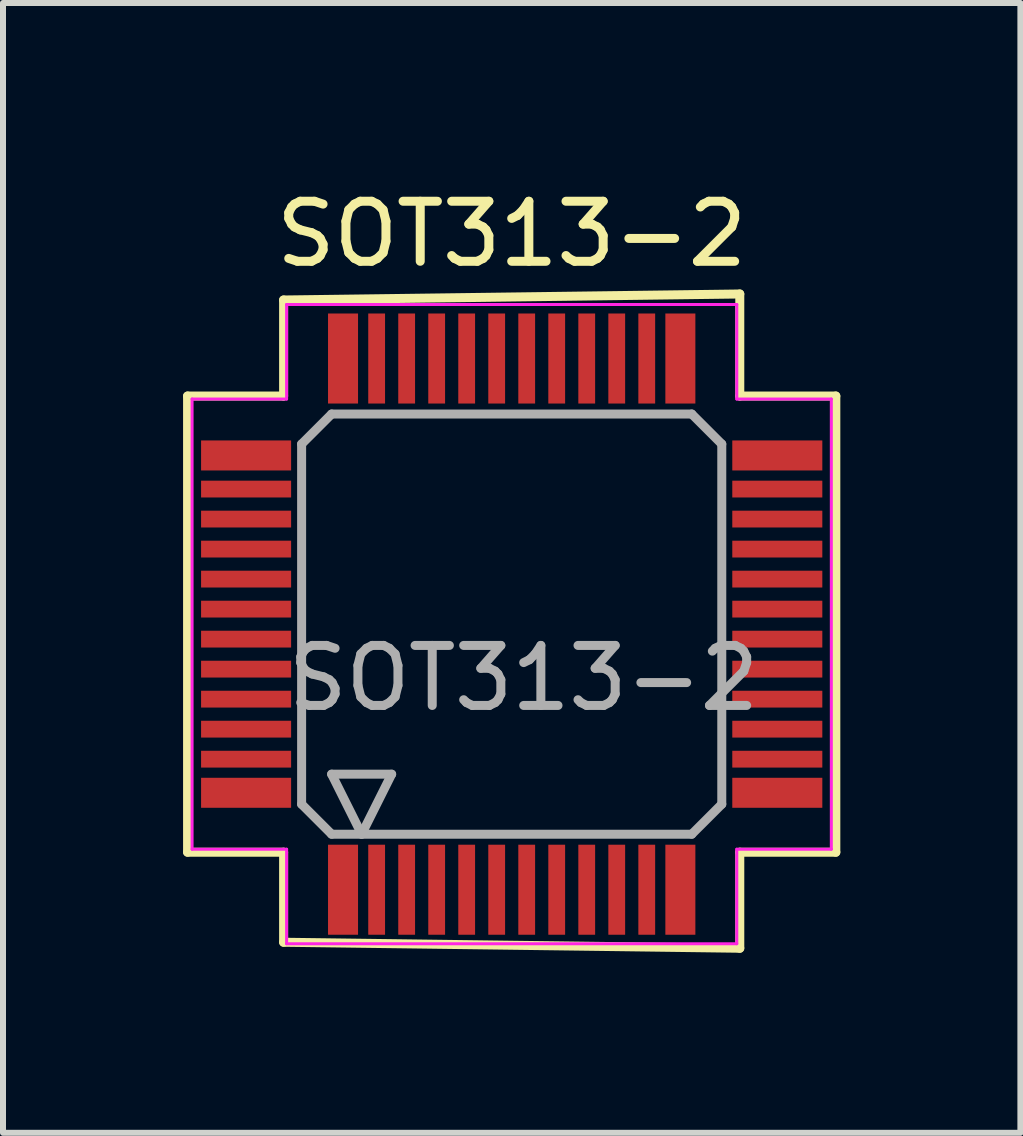
<source format=kicad_pcb>
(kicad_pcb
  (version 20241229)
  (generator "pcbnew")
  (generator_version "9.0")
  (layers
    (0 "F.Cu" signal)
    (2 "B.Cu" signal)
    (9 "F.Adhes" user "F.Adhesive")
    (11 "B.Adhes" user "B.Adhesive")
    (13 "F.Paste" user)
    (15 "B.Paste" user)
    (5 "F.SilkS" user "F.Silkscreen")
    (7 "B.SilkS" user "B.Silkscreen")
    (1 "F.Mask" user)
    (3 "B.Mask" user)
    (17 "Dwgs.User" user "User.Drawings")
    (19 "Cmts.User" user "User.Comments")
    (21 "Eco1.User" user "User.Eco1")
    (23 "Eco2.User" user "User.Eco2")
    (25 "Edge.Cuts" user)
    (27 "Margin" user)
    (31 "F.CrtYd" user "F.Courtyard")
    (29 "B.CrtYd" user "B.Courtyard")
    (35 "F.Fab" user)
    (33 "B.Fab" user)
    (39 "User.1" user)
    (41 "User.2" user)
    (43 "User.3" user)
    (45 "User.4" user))
  (footprint "SOT313-2"
    (layer "F.Cu")
    (at 5.475 7.348)
    (property "Reference" "SOT313-2" (at 0 -6.5 0) (layer "F.SilkS") (effects (font (size 1 1) (thickness 0.15))))
    (attr smd)
    (fp_line (start -5.4 -3.8) (end -5.4 3.8) (stroke (width 0.15) (type solid)) (layer "F.SilkS"))
    (fp_line (start -5.4 3.8) (end -3.8 3.8) (stroke (width 0.15) (type solid)) (layer "F.SilkS"))
    (fp_line (start -3.8 -5.4) (end -3.8 -3.8) (stroke (width 0.15) (type solid)) (layer "F.SilkS"))
    (fp_line (start -3.8 -3.8) (end -5.4 -3.8) (stroke (width 0.15) (type solid)) (layer "F.SilkS"))
    (fp_line (start -3.8 3.8) (end -3.8 5.3) (stroke (width 0.15) (type solid)) (layer "F.SilkS"))
    (fp_line (start -3.8 5.3) (end 3.8 5.4) (stroke (width 0.15) (type solid)) (layer "F.SilkS"))
    (fp_line (start 3.8 -5.5) (end -3.8 -5.4) (stroke (width 0.15) (type solid)) (layer "F.SilkS"))
    (fp_line (start 3.8 -3.8) (end 3.8 -5.5) (stroke (width 0.15) (type solid)) (layer "F.SilkS"))
    (fp_line (start 3.8 3.8) (end 5.4 3.8) (stroke (width 0.15) (type solid)) (layer "F.SilkS"))
    (fp_line (start 3.8 5.4) (end 3.8 3.8) (stroke (width 0.15) (type solid)) (layer "F.SilkS"))
    (fp_line (start 5.4 -3.8) (end 3.8 -3.8) (stroke (width 0.15) (type solid)) (layer "F.SilkS"))
    (fp_line (start 5.4 3.8) (end 5.4 -3.8) (stroke (width 0.15) (type solid)) (layer "F.SilkS"))
    (fp_line (start -5.325 -3.75) (end -5.325 3.75) (stroke (width 0.05) (type solid)) (layer "F.CrtYd"))
    (fp_line (start -5.325 -3.75) (end -3.75 -3.75) (stroke (width 0.05) (type solid)) (layer "F.CrtYd"))
    (fp_line (start -3.75 -3.75) (end -3.75 -5.325) (stroke (width 0.05) (type solid)) (layer "F.CrtYd"))
    (fp_line (start -3.75 3.75) (end -5.325 3.75) (stroke (width 0.05) (type solid)) (layer "F.CrtYd"))
    (fp_line (start -3.75 3.75) (end -3.75 5.325) (stroke (width 0.05) (type solid)) (layer "F.CrtYd"))
    (fp_line (start 3.75 -5.325) (end -3.75 -5.325) (stroke (width 0.05) (type solid)) (layer "F.CrtYd"))
    (fp_line (start 3.75 -3.75) (end 3.75 -5.325) (stroke (width 0.05) (type solid)) (layer "F.CrtYd"))
    (fp_line (start 3.75 -3.75) (end 5.325 -3.75) (stroke (width 0.05) (type solid)) (layer "F.CrtYd"))
    (fp_line (start 3.75 3.75) (end 3.75 5.325) (stroke (width 0.05) (type solid)) (layer "F.CrtYd"))
    (fp_line (start 3.75 3.75) (end 5.325 3.75) (stroke (width 0.05) (type solid)) (layer "F.CrtYd"))
    (fp_line (start 3.75 5.325) (end -3.75 5.325) (stroke (width 0.05) (type solid)) (layer "F.CrtYd"))
    (fp_line (start 5.325 -3.75) (end 5.325 3.75) (stroke (width 0.05) (type solid)) (layer "F.CrtYd"))
    (fp_line (start -3.5 -3) (end -3.5 3) (stroke (width 0.15) (type solid)) (layer "F.Fab"))
    (fp_line (start -3.5 -3) (end -3 -3.5) (stroke (width 0.15) (type solid)) (layer "F.Fab"))
    (fp_line (start -3 2.5) (end -2.5 3.5) (stroke (width 0.15) (type solid)) (layer "F.Fab"))
    (fp_line (start -3 3.5) (end -3.5 3) (stroke (width 0.15) (type solid)) (layer "F.Fab"))
    (fp_line (start -3 3.5) (end 3 3.5) (stroke (width 0.15) (type solid)) (layer "F.Fab"))
    (fp_line (start -2.5 3.5) (end -2 2.5) (stroke (width 0.15) (type solid)) (layer "F.Fab"))
    (fp_line (start -2 2.5) (end -3 2.5) (stroke (width 0.15) (type solid)) (layer "F.Fab"))
    (fp_line (start 3 -3.5) (end -3 -3.5) (stroke (width 0.15) (type solid)) (layer "F.Fab"))
    (fp_line (start 3.5 -3) (end 3 -3.5) (stroke (width 0.15) (type solid)) (layer "F.Fab"))
    (fp_line (start 3.5 3) (end 3 3.5) (stroke (width 0.15) (type solid)) (layer "F.Fab"))
    (fp_line (start 3.5 3) (end 3.5 -3) (stroke (width 0.15) (type solid)) (layer "F.Fab"))
    (fp_text user "${REFERENCE}" (at 0.2 0.9 0) (layer "F.Fab") (effects (font (size 1 1) (thickness 0.15))))
    (pad "1" smd rect (at -2.81 4.425) (size 0.5 1.5) (layers "F.Cu" "F.Mask" "F.Paste"))
    (pad "2" smd rect (at -2.25 4.425) (size 0.28 1.5) (layers "F.Cu" "F.Mask" "F.Paste"))
    (pad "3" smd rect (at -1.75 4.425) (size 0.28 1.5) (layers "F.Cu" "F.Mask" "F.Paste"))
    (pad "4" smd rect (at -1.25 4.425) (size 0.28 1.5) (layers "F.Cu" "F.Mask" "F.Paste"))
    (pad "5" smd rect (at -0.75 4.425) (size 0.28 1.5) (layers "F.Cu" "F.Mask" "F.Paste"))
    (pad "6" smd rect (at -0.25 4.425) (size 0.28 1.5) (layers "F.Cu" "F.Mask" "F.Paste"))
    (pad "7" smd rect (at 0.25 4.425) (size 0.28 1.5) (layers "F.Cu" "F.Mask" "F.Paste"))
    (pad "8" smd rect (at 0.75 4.425) (size 0.28 1.5) (layers "F.Cu" "F.Mask" "F.Paste"))
    (pad "9" smd rect (at 1.25 4.425) (size 0.28 1.5) (layers "F.Cu" "F.Mask" "F.Paste"))
    (pad "10" smd rect (at 1.75 4.425) (size 0.28 1.5) (layers "F.Cu" "F.Mask" "F.Paste"))
    (pad "11" smd rect (at 2.25 4.425) (size 0.28 1.5) (layers "F.Cu" "F.Mask" "F.Paste"))
    (pad "12" smd rect (at 2.81 4.425) (size 0.5 1.5) (layers "F.Cu" "F.Mask" "F.Paste"))
    (pad "13" smd rect (at 4.425 2.81) (size 1.5 0.5) (layers "F.Cu" "F.Mask" "F.Paste"))
    (pad "14" smd rect (at 4.425 2.25) (size 1.5 0.28) (layers "F.Cu" "F.Mask" "F.Paste"))
    (pad "15" smd rect (at 4.425 1.75) (size 1.5 0.28) (layers "F.Cu" "F.Mask" "F.Paste"))
    (pad "16" smd rect (at 4.425 1.25) (size 1.5 0.28) (layers "F.Cu" "F.Mask" "F.Paste"))
    (pad "17" smd rect (at 4.425 0.75) (size 1.5 0.28) (layers "F.Cu" "F.Mask" "F.Paste"))
    (pad "18" smd rect (at 4.425 0.25) (size 1.5 0.28) (layers "F.Cu" "F.Mask" "F.Paste"))
    (pad "19" smd rect (at 4.425 -0.25) (size 1.5 0.28) (layers "F.Cu" "F.Mask" "F.Paste"))
    (pad "20" smd rect (at 4.425 -0.75) (size 1.5 0.28) (layers "F.Cu" "F.Mask" "F.Paste"))
    (pad "21" smd rect (at 4.425 -1.25) (size 1.5 0.28) (layers "F.Cu" "F.Mask" "F.Paste"))
    (pad "22" smd rect (at 4.425 -1.75) (size 1.5 0.28) (layers "F.Cu" "F.Mask" "F.Paste"))
    (pad "23" smd rect (at 4.425 -2.25) (size 1.5 0.28) (layers "F.Cu" "F.Mask" "F.Paste"))
    (pad "24" smd rect (at 4.425 -2.81) (size 1.5 0.5) (layers "F.Cu" "F.Mask" "F.Paste"))
    (pad "25" smd rect (at 2.81 -4.425) (size 0.5 1.5) (layers "F.Cu" "F.Mask" "F.Paste"))
    (pad "26" smd rect (at 2.25 -4.425) (size 0.28 1.5) (layers "F.Cu" "F.Mask" "F.Paste"))
    (pad "27" smd rect (at 1.75 -4.425) (size 0.28 1.5) (layers "F.Cu" "F.Mask" "F.Paste"))
    (pad "28" smd rect (at 1.25 -4.425) (size 0.28 1.5) (layers "F.Cu" "F.Mask" "F.Paste"))
    (pad "29" smd rect (at 0.75 -4.425) (size 0.28 1.5) (layers "F.Cu" "F.Mask" "F.Paste"))
    (pad "30" smd rect (at 0.25 -4.425) (size 0.28 1.5) (layers "F.Cu" "F.Mask" "F.Paste"))
    (pad "31" smd rect (at -0.25 -4.425) (size 0.28 1.5) (layers "F.Cu" "F.Mask" "F.Paste"))
    (pad "32" smd rect (at -0.75 -4.425) (size 0.28 1.5) (layers "F.Cu" "F.Mask" "F.Paste"))
    (pad "33" smd rect (at -1.25 -4.425) (size 0.28 1.5) (layers "F.Cu" "F.Mask" "F.Paste"))
    (pad "34" smd rect (at -1.75 -4.425) (size 0.28 1.5) (layers "F.Cu" "F.Mask" "F.Paste"))
    (pad "35" smd rect (at -2.25 -4.425) (size 0.28 1.5) (layers "F.Cu" "F.Mask" "F.Paste"))
    (pad "36" smd rect (at -2.81 -4.425) (size 0.5 1.5) (layers "F.Cu" "F.Mask" "F.Paste"))
    (pad "37" smd rect (at -4.425 -2.81) (size 1.5 0.5) (layers "F.Cu" "F.Mask" "F.Paste"))
    (pad "38" smd rect (at -4.425 -2.25) (size 1.5 0.28) (layers "F.Cu" "F.Mask" "F.Paste"))
    (pad "39" smd rect (at -4.425 -1.75) (size 1.5 0.28) (layers "F.Cu" "F.Mask" "F.Paste"))
    (pad "40" smd rect (at -4.425 -1.25) (size 1.5 0.28) (layers "F.Cu" "F.Mask" "F.Paste"))
    (pad "41" smd rect (at -4.425 -0.75) (size 1.5 0.28) (layers "F.Cu" "F.Mask" "F.Paste"))
    (pad "42" smd rect (at -4.425 -0.25) (size 1.5 0.28) (layers "F.Cu" "F.Mask" "F.Paste"))
    (pad "43" smd rect (at -4.425 0.25) (size 1.5 0.28) (layers "F.Cu" "F.Mask" "F.Paste"))
    (pad "44" smd rect (at -4.425 0.75) (size 1.5 0.28) (layers "F.Cu" "F.Mask" "F.Paste"))
    (pad "45" smd rect (at -4.425 1.25) (size 1.5 0.28) (layers "F.Cu" "F.Mask" "F.Paste"))
    (pad "46" smd rect (at -4.425 1.75) (size 1.5 0.28) (layers "F.Cu" "F.Mask" "F.Paste"))
    (pad "47" smd rect (at -4.425 2.25) (size 1.5 0.28) (layers "F.Cu" "F.Mask" "F.Paste"))
    (pad "48" smd rect (at -4.425 2.81) (size 1.5 0.5) (layers "F.Cu" "F.Mask" "F.Paste")))
  (gr_rect
    (start -3 -3)
    (end 13.95 15.823)
    (stroke (width 0.1) (type default))
    (fill no)
    (layer "Edge.Cuts")))
</source>
